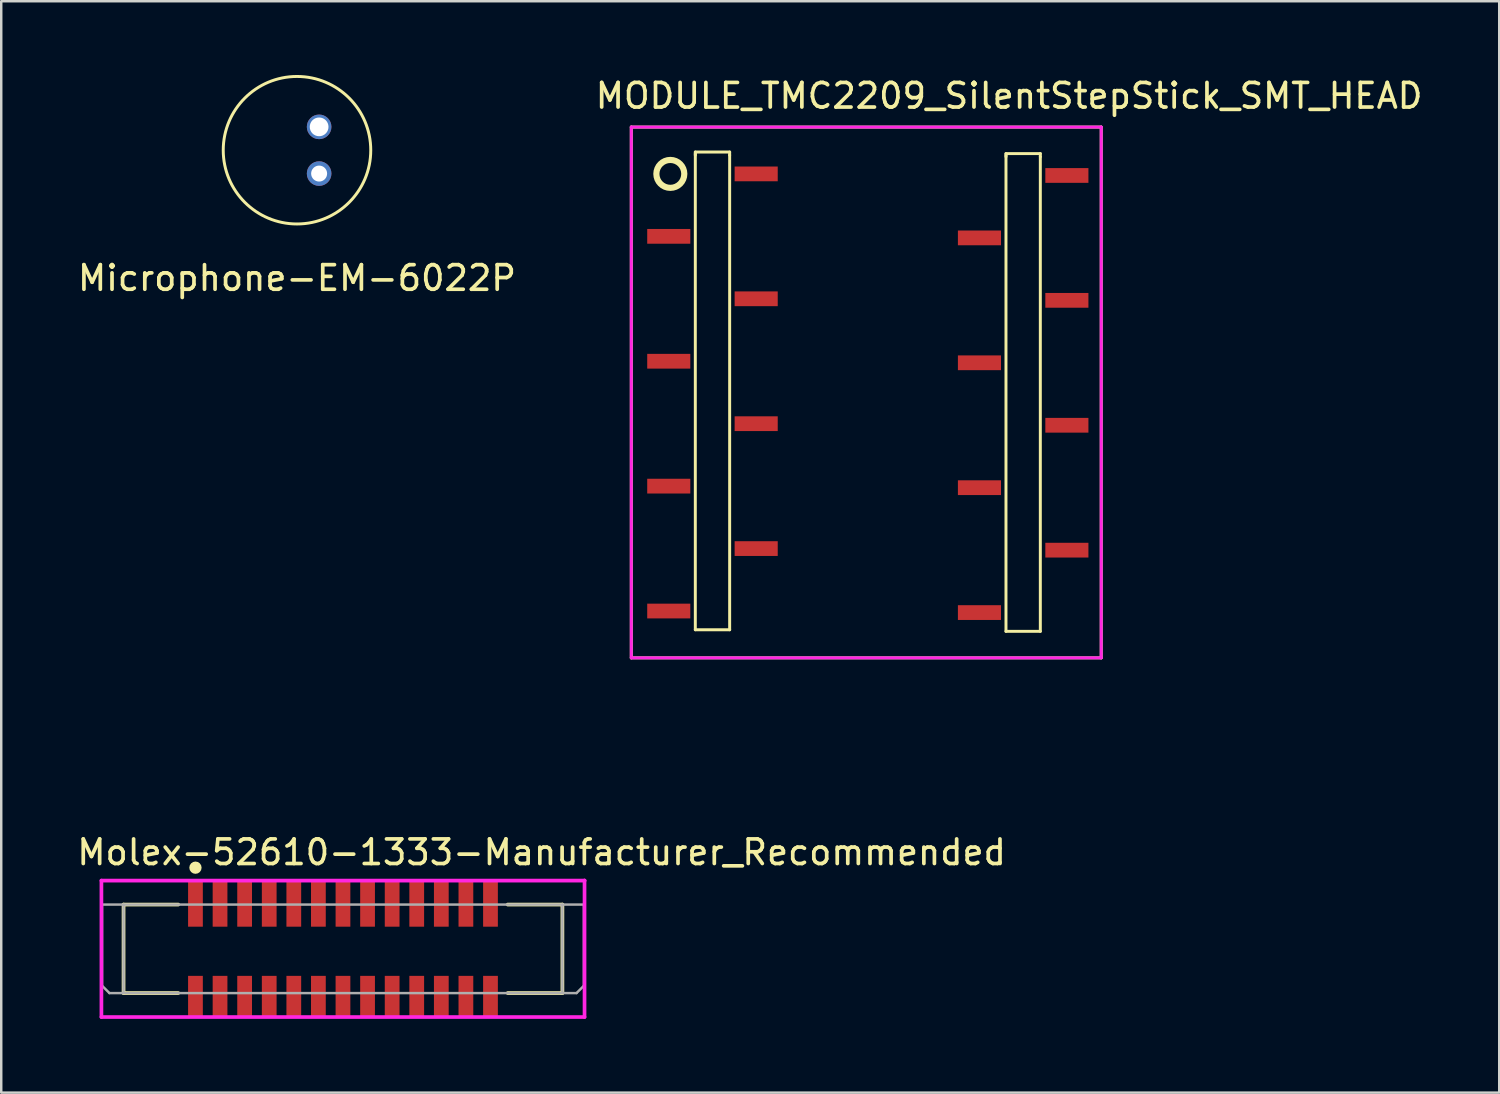
<source format=kicad_pcb>
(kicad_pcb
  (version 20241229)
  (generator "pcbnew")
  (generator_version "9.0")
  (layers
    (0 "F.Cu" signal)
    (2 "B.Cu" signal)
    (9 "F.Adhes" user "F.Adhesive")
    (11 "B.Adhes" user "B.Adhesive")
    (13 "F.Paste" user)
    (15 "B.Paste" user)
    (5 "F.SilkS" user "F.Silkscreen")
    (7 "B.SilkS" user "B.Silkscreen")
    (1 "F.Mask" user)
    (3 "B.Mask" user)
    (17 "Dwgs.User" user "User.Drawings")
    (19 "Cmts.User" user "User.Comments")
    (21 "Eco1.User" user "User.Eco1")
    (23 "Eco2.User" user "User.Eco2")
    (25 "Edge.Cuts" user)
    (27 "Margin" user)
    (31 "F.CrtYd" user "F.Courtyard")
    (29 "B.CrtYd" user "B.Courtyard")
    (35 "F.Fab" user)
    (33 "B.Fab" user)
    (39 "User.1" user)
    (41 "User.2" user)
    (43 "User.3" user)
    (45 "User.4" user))
  (footprint "MODULE_TMC2209_SilentStepStick_SMT_HEAD"
    (layer "F.Cu")
    (at 31.644 27.518)
    (property "Reference" "MODULE_TMC2209_SilentStepStick_SMT_HEAD" (at 6.35 -26.67 0) (layer "F.SilkS") (effects (font (size 1 1) (thickness 0.15))))
    (attr through_hole)
    (fp_line (start -9.017 -25.4) (end 10.097 -25.4) (stroke (width 0.12) (type solid)) (layer "F.SilkS"))
    (fp_line (start -9.017 -3.81) (end -9.017 -25.4) (stroke (width 0.12) (type solid)) (layer "F.SilkS"))
    (fp_line (start -6.413 -24.384) (end -6.413 -24.257) (stroke (width 0.12) (type solid)) (layer "F.SilkS"))
    (fp_line (start -6.413 -24.32) (end -6.413 -4.953) (stroke (width 0.12) (type solid)) (layer "F.SilkS"))
    (fp_line (start -6.413 -4.953) (end -5.016 -4.953) (stroke (width 0.12) (type solid)) (layer "F.SilkS"))
    (fp_line (start -5.016 -24.384) (end -6.413 -24.384) (stroke (width 0.12) (type solid)) (layer "F.SilkS"))
    (fp_line (start -5.016 -24.257) (end -5.016 -24.384) (stroke (width 0.12) (type solid)) (layer "F.SilkS"))
    (fp_line (start -5.016 -4.953) (end -5.016 -24.257) (stroke (width 0.12) (type solid)) (layer "F.SilkS"))
    (fp_line (start 6.223 -24.32) (end 6.223 -24.194) (stroke (width 0.12) (type solid)) (layer "F.SilkS"))
    (fp_line (start 6.223 -24.257) (end 6.223 -4.889) (stroke (width 0.12) (type solid)) (layer "F.SilkS"))
    (fp_line (start 6.223 -4.889) (end 7.62 -4.889) (stroke (width 0.12) (type solid)) (layer "F.SilkS"))
    (fp_line (start 7.62 -24.32) (end 6.223 -24.32) (stroke (width 0.12) (type solid)) (layer "F.SilkS"))
    (fp_line (start 7.62 -24.194) (end 7.62 -24.32) (stroke (width 0.12) (type solid)) (layer "F.SilkS"))
    (fp_line (start 7.62 -4.889) (end 7.62 -24.194) (stroke (width 0.12) (type solid)) (layer "F.SilkS"))
    (fp_line (start 10.097 -25.4) (end 10.097 -3.81) (stroke (width 0.12) (type solid)) (layer "F.SilkS"))
    (fp_line (start 10.097 -3.81) (end -9.017 -3.81) (stroke (width 0.12) (type solid)) (layer "F.SilkS"))
    (fp_circle (center -7.429 -23.495) (end -6.921 -23.749) (stroke (width 0.25) (type solid)) (fill no) (layer "F.SilkS"))
    (fp_line (start -9.017 -25.4) (end -9.017 -3.81) (stroke (width 0.12) (type solid)) (layer "F.CrtYd"))
    (fp_line (start -9.017 -3.81) (end 10.097 -3.81) (stroke (width 0.12) (type solid)) (layer "F.CrtYd"))
    (fp_line (start 10.097 -25.4) (end -9.017 -25.4) (stroke (width 0.12) (type solid)) (layer "F.CrtYd"))
    (fp_line (start 10.097 -3.81) (end 10.097 -25.4) (stroke (width 0.12) (type solid)) (layer "F.CrtYd"))
    (pad "1" smd rect (at -3.937 -23.495 270) (size 0.6 1.753) (layers "F.Cu" "F.Mask" "F.Paste"))
    (pad "2" smd rect (at -7.493 -20.955 270) (size 0.6 1.753) (layers "F.Cu" "F.Mask" "F.Paste"))
    (pad "3" smd rect (at -3.937 -18.415 270) (size 0.6 1.753) (layers "F.Cu" "F.Mask" "F.Paste"))
    (pad "4" smd rect (at -7.493 -15.875 270) (size 0.6 1.753) (layers "F.Cu" "F.Mask" "F.Paste"))
    (pad "5" smd rect (at -3.937 -13.335 270) (size 0.6 1.753) (layers "F.Cu" "F.Mask" "F.Paste"))
    (pad "6" smd rect (at -7.493 -10.795 270) (size 0.6 1.753) (layers "F.Cu" "F.Mask" "F.Paste"))
    (pad "7" smd rect (at -3.937 -8.255 270) (size 0.6 1.753) (layers "F.Cu" "F.Mask" "F.Paste"))
    (pad "8" smd rect (at -7.493 -5.715 270) (size 0.6 1.753) (layers "F.Cu" "F.Mask" "F.Paste"))
    (pad "9" smd rect (at 8.7 -23.431 270) (size 0.6 1.753) (layers "F.Cu" "F.Mask" "F.Paste"))
    (pad "10" smd rect (at 5.144 -20.892 270) (size 0.6 1.753) (layers "F.Cu" "F.Mask" "F.Paste"))
    (pad "11" smd rect (at 8.7 -18.352 270) (size 0.6 1.753) (layers "F.Cu" "F.Mask" "F.Paste"))
    (pad "12" smd rect (at 5.144 -15.812 270) (size 0.6 1.753) (layers "F.Cu" "F.Mask" "F.Paste"))
    (pad "13" smd rect (at 8.7 -13.271 270) (size 0.6 1.753) (layers "F.Cu" "F.Mask" "F.Paste"))
    (pad "14" smd rect (at 5.144 -10.732 270) (size 0.6 1.753) (layers "F.Cu" "F.Mask" "F.Paste"))
    (pad "15" smd rect (at 8.7 -8.191 270) (size 0.6 1.753) (layers "F.Cu" "F.Mask" "F.Paste"))
    (pad "16" smd rect (at 5.144 -5.652 270) (size 0.6 1.753) (layers "F.Cu" "F.Mask" "F.Paste")))
  (footprint "Microphone-EM-6022P"
    (layer "F.Cu")
    (at 9.03 3.06)
    (property "Reference" "Microphone-EM-6022P" (at 0 5.2 0) (layer "F.SilkS") (effects (font (size 1 1) (thickness 0.15))))
    (attr through_hole)
    (fp_circle (center 0 0) (end 3 0) (stroke (width 0.12) (type solid)) (fill no) (layer "F.SilkS"))
    (pad "1" thru_hole circle (at 0.9 -0.95) (size 1 1) (drill 0.762) (layers "*.Cu" "*.Mask"))
    (pad "GND" thru_hole circle (at 0.9 0.95) (size 1 1) (drill 0.65) (layers "*.Cu" "*.Mask")))
  (footprint "Molex-52610-1333-Manufacturer_Recommended"
    (layer "F.Cu")
    (at 10.9 35.592)
    (property "Reference" "Molex-52610-1333-Manufacturer_Recommended" (at -10.9 -3.975 0) (layer "F.SilkS") (effects (font (size 1 1) (thickness 0.15)) (justify left)))
    (attr through_hole)
    (fp_line (start -8.925 -1.85) (end -6.7 -1.85) (stroke (width 0.15) (type solid)) (layer "F.SilkS"))
    (fp_line (start -8.925 1.75) (end -8.925 -1.85) (stroke (width 0.15) (type solid)) (layer "F.SilkS"))
    (fp_line (start -8.925 1.75) (end -6.7 1.75) (stroke (width 0.15) (type solid)) (layer "F.SilkS"))
    (fp_line (start 6.7 -1.85) (end 8.925 -1.85) (stroke (width 0.15) (type solid)) (layer "F.SilkS"))
    (fp_line (start 6.7 1.75) (end 8.925 1.75) (stroke (width 0.15) (type solid)) (layer "F.SilkS"))
    (fp_line (start 8.925 1.75) (end 8.925 -1.85) (stroke (width 0.15) (type solid)) (layer "F.SilkS"))
    (fp_circle (center -6 -3.35) (end -5.875 -3.35) (stroke (width 0.25) (type solid)) (fill no) (layer "F.SilkS"))
    (fp_line (start -9.825 -2.825) (end -9.825 2.725) (stroke (width 0.15) (type solid)) (layer "F.CrtYd"))
    (fp_line (start -9.825 2.725) (end 9.825 2.725) (stroke (width 0.15) (type solid)) (layer "F.CrtYd"))
    (fp_line (start 9.825 -2.825) (end -9.825 -2.825) (stroke (width 0.15) (type solid)) (layer "F.CrtYd"))
    (fp_line (start 9.825 -2.825) (end 9.825 -2.825) (stroke (width 0.15) (type solid)) (layer "F.CrtYd"))
    (fp_line (start 9.825 2.725) (end 9.825 -2.825) (stroke (width 0.15) (type solid)) (layer "F.CrtYd"))
    (fp_line (start -9.8 1.45) (end -9.8 -1.85) (stroke (width 0.1) (type solid)) (layer "F.Fab"))
    (fp_line (start -9.8 1.45) (end -9.5 1.75) (stroke (width 0.1) (type solid)) (layer "F.Fab"))
    (fp_line (start -9.8 -1.85) (end 9.8 -1.85) (stroke (width 0.1) (type solid)) (layer "F.Fab"))
    (fp_line (start -9.5 1.75) (end 9.5 1.75) (stroke (width 0.1) (type solid)) (layer "F.Fab"))
    (fp_line (start -8.925 1.75) (end -8.925 -1.85) (stroke (width 0.1) (type solid)) (layer "F.Fab"))
    (fp_line (start 8.925 1.75) (end 8.925 -1.85) (stroke (width 0.1) (type solid)) (layer "F.Fab"))
    (fp_line (start 9.5 1.75) (end 9.8 1.45) (stroke (width 0.1) (type solid)) (layer "F.Fab"))
    (fp_line (start 9.8 1.45) (end 9.8 -1.85) (stroke (width 0.1) (type solid)) (layer "F.Fab"))
    (pad "1A" smd rect (at -6 -1.875) (size 0.6 1.85) (layers "F.Cu" "F.Mask" "F.Paste"))
    (pad "1B" smd rect (at -6 1.875) (size 0.6 1.65) (layers "F.Cu" "F.Mask" "F.Paste"))
    (pad "2A" smd rect (at -5 -1.875) (size 0.6 1.85) (layers "F.Cu" "F.Mask" "F.Paste"))
    (pad "2B" smd rect (at -5 1.875) (size 0.6 1.65) (layers "F.Cu" "F.Mask" "F.Paste"))
    (pad "3A" smd rect (at -4 -1.875) (size 0.6 1.85) (layers "F.Cu" "F.Mask" "F.Paste"))
    (pad "3B" smd rect (at -4 1.875) (size 0.6 1.65) (layers "F.Cu" "F.Mask" "F.Paste"))
    (pad "4A" smd rect (at -3 -1.875) (size 0.6 1.85) (layers "F.Cu" "F.Mask" "F.Paste"))
    (pad "4B" smd rect (at -3 1.875) (size 0.6 1.65) (layers "F.Cu" "F.Mask" "F.Paste"))
    (pad "5A" smd rect (at -2 -1.875) (size 0.6 1.85) (layers "F.Cu" "F.Mask" "F.Paste"))
    (pad "5B" smd rect (at -2 1.875) (size 0.6 1.65) (layers "F.Cu" "F.Mask" "F.Paste"))
    (pad "6A" smd rect (at -1 -1.875) (size 0.6 1.85) (layers "F.Cu" "F.Mask" "F.Paste"))
    (pad "6B" smd rect (at -1 1.875) (size 0.6 1.65) (layers "F.Cu" "F.Mask" "F.Paste"))
    (pad "7A" smd rect (at 0.000004 -1.875) (size 0.6 1.85) (layers "F.Cu" "F.Mask" "F.Paste"))
    (pad "7B" smd rect (at 0.000004 1.875) (size 0.6 1.65) (layers "F.Cu" "F.Mask" "F.Paste"))
    (pad "8A" smd rect (at 1 -1.875) (size 0.6 1.85) (layers "F.Cu" "F.Mask" "F.Paste"))
    (pad "8B" smd rect (at 1 1.875) (size 0.6 1.65) (layers "F.Cu" "F.Mask" "F.Paste"))
    (pad "9A" smd rect (at 2 -1.875) (size 0.6 1.85) (layers "F.Cu" "F.Mask" "F.Paste"))
    (pad "9B" smd rect (at 2 1.875) (size 0.6 1.65) (layers "F.Cu" "F.Mask" "F.Paste"))
    (pad "10A" smd rect (at 3 -1.875) (size 0.6 1.85) (layers "F.Cu" "F.Mask" "F.Paste"))
    (pad "10B" smd rect (at 3 1.875) (size 0.6 1.65) (layers "F.Cu" "F.Mask" "F.Paste"))
    (pad "11A" smd rect (at 4 -1.875) (size 0.6 1.85) (layers "F.Cu" "F.Mask" "F.Paste"))
    (pad "11B" smd rect (at 4 1.875) (size 0.6 1.65) (layers "F.Cu" "F.Mask" "F.Paste"))
    (pad "12A" smd rect (at 5 -1.875) (size 0.6 1.85) (layers "F.Cu" "F.Mask" "F.Paste"))
    (pad "12B" smd rect (at 5 1.875) (size 0.6 1.65) (layers "F.Cu" "F.Mask" "F.Paste"))
    (pad "13A" smd rect (at 6 -1.875) (size 0.6 1.85) (layers "F.Cu" "F.Mask" "F.Paste"))
    (pad "13B" smd rect (at 6 1.875) (size 0.6 1.65) (layers "F.Cu" "F.Mask" "F.Paste")))
  (gr_rect
    (start -3 -3)
    (end 57.929 41.392)
    (stroke (width 0.1) (type default))
    (fill no)
    (layer "Edge.Cuts")))
</source>
